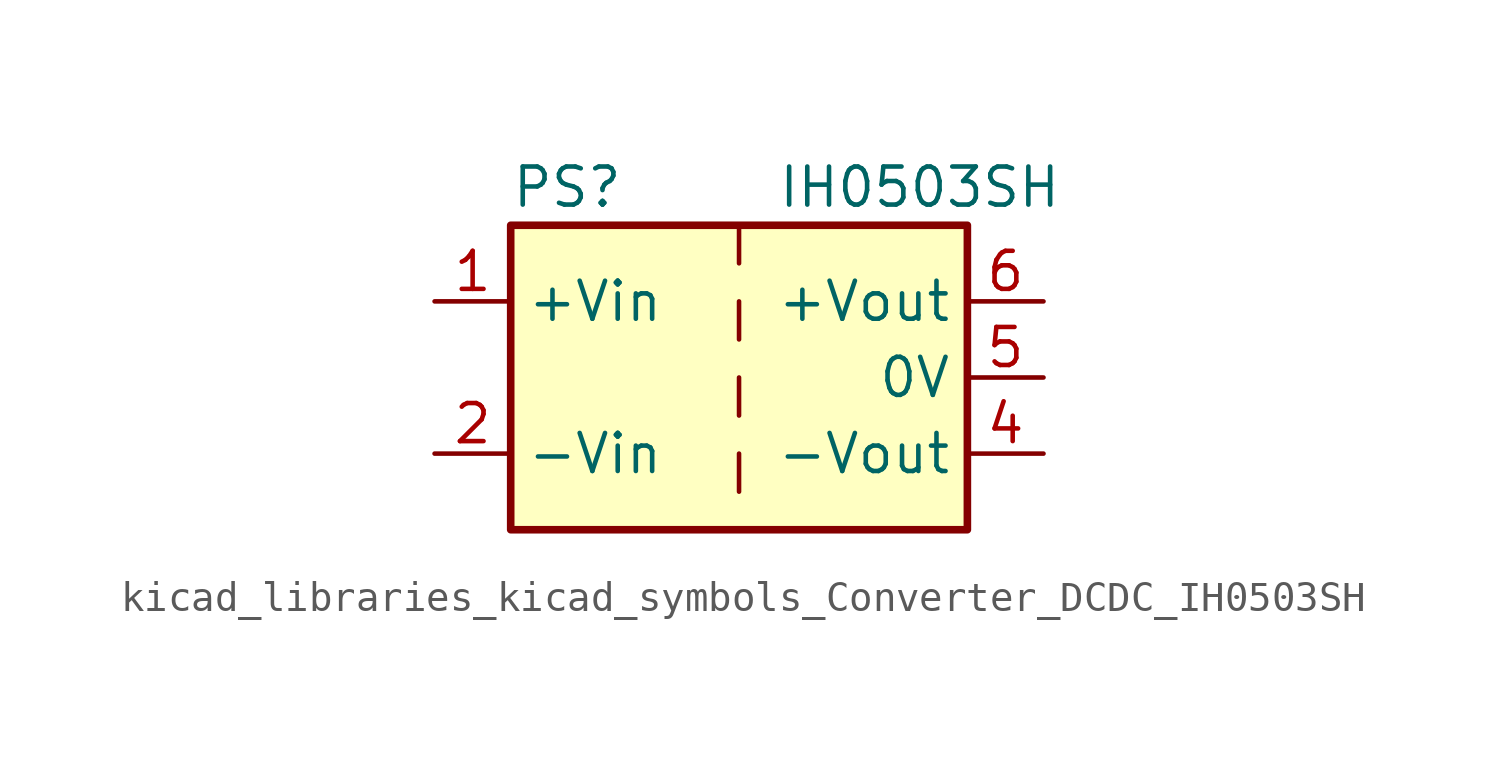
<source format=kicad_sym>
(kicad_symbol_lib
  (version 20220914)
  (generator kicad_symbol_editor)
  (symbol "kicad_libraries_kicad_symbols_Converter_DCDC_IH0503SH"
    (property "Reference" "PS"
      (at -7.62 6.35 0)
      (effects (font (size 1.27 1.27)) (justify left)))
    (property "Value" "IH0503SH"
      (at 1.27 6.35 0)
      (effects (font (size 1.27 1.27)) (justify left)))
    (symbol "kicad_libraries_kicad_symbols_Converter_DCDC_IH0503SH_0_0"
      (pin power_in line (at -10.16 2.54 0) (length 2.54) (name "+Vin" (effects (font (size 1.27 1.27)))) (number "1" (effects (font (size 1.27 1.27)))))
      (pin power_in line (at -10.16 -2.54 0) (length 2.54) (name "-Vin" (effects (font (size 1.27 1.27)))) (number "2" (effects (font (size 1.27 1.27)))))
      (pin power_out line (at 10.16 -2.54 180) (length 2.54) (name "-Vout" (effects (font (size 1.27 1.27)))) (number "4" (effects (font (size 1.27 1.27)))))
      (pin power_out line (at 10.16 0 180) (length 2.54) (name "0V" (effects (font (size 1.27 1.27)))) (number "5" (effects (font (size 1.27 1.27)))))
      (pin power_out line (at 10.16 2.54 180) (length 2.54) (name "+Vout" (effects (font (size 1.27 1.27)))) (number "6" (effects (font (size 1.27 1.27))))))
    (symbol "kicad_libraries_kicad_symbols_Converter_DCDC_IH0503SH_0_1"
      (rectangle (start -7.62 5.08) (end 7.62 -5.08) (stroke (width 0.254) (type default)) (fill (type background)))
      (polyline (pts (xy 0 -2.54) (xy 0 -3.81)) (stroke (width 0) (type default)) (fill (type none)))
      (polyline (pts (xy 0 0) (xy 0 -1.27)) (stroke (width 0) (type default)) (fill (type none)))
      (polyline (pts (xy 0 2.54) (xy 0 1.27)) (stroke (width 0) (type default)) (fill (type none)))
      (polyline (pts (xy 0 5.08) (xy 0 3.81)) (stroke (width 0) (type default)) (fill (type none))))))
</source>
